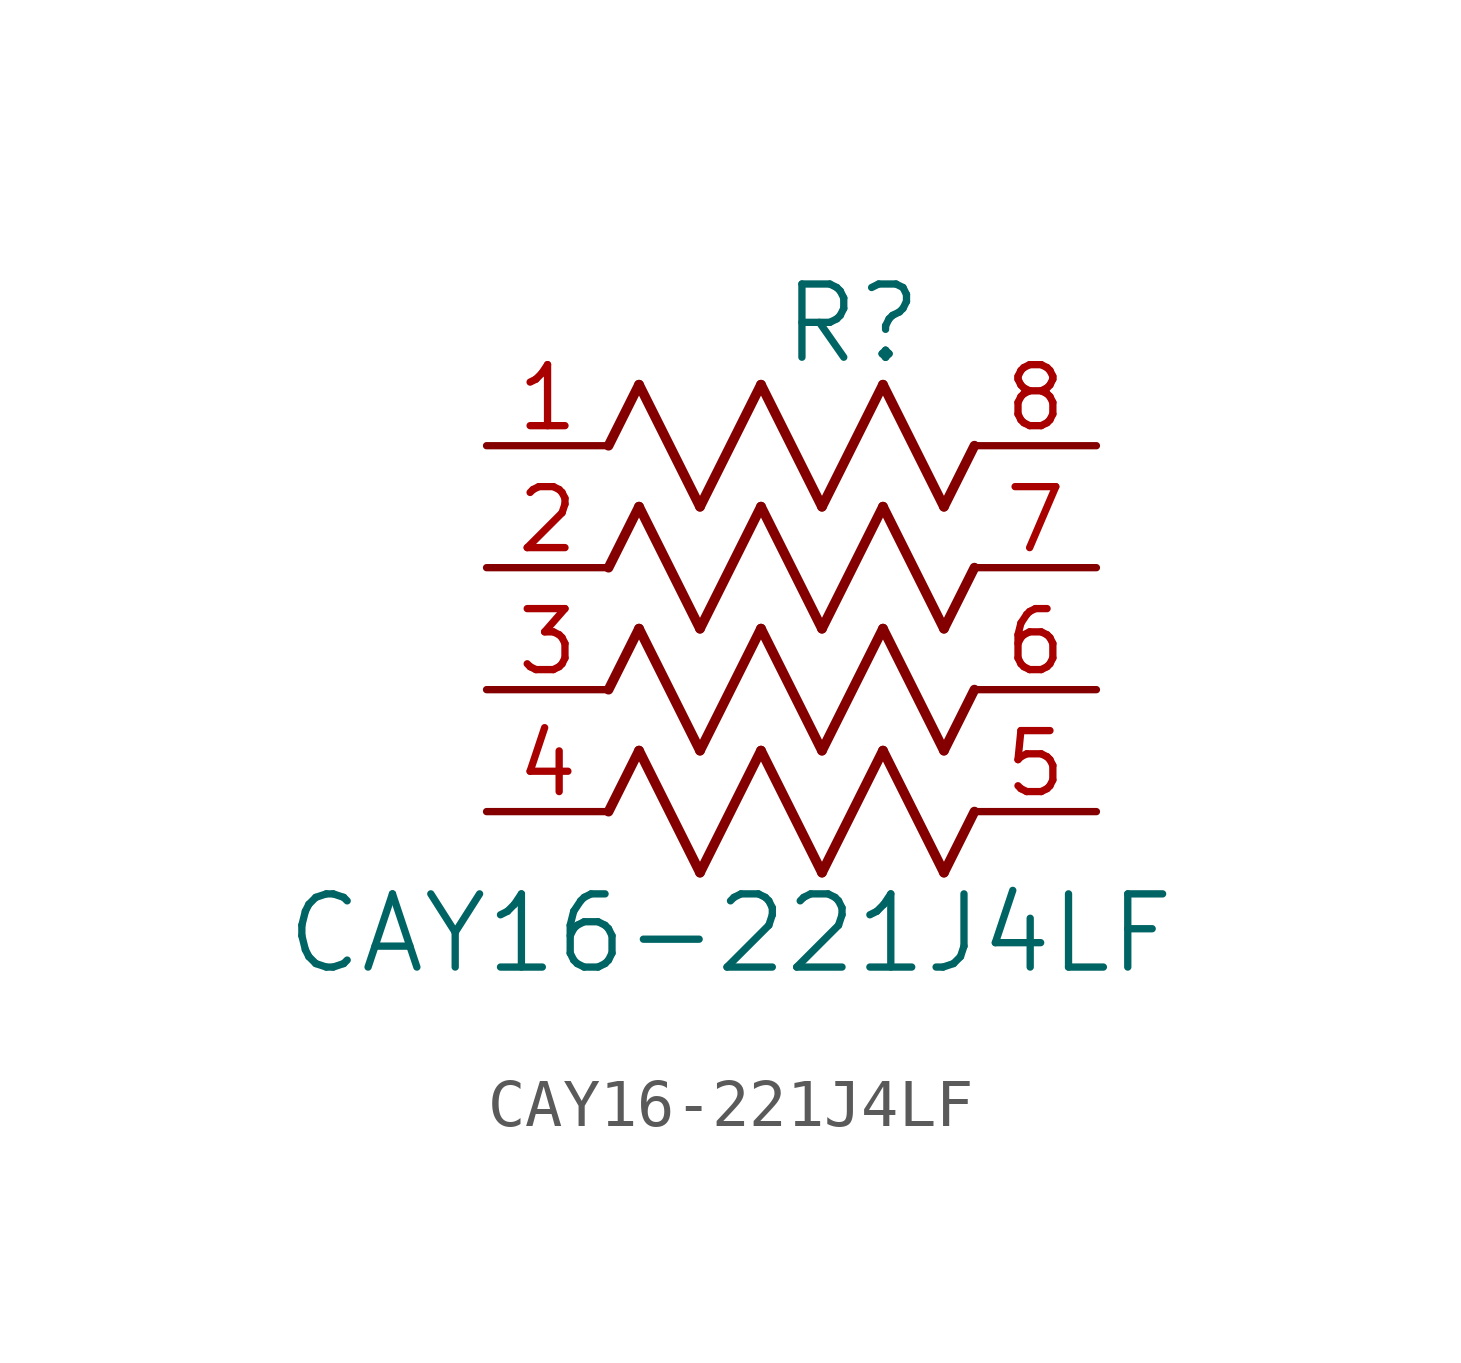
<source format=kicad_sym>
(kicad_symbol_lib
  (version 20211014)
  (generator kicad_symbol_editor)
  (symbol "CAY16-221J4LF"
    (pin_names
      (offset 0.254))
    (property "Reference" "R"
      (at 7.62 2.54 0)
      (effects (font (size 1.524 1.524))))
    (property "Value" "CAY16-221J4LF"
      (at 5.08 -10.16 0)
      (effects (font (size 1.524 1.524))))
    (symbol "CAY16-221J4LF_0_1"
      (polyline (pts (xy 3.175 1.27) (xy 4.445 -1.27)) (stroke (width 0.203) (type default) (color 0 0 0 0)) (fill (type none)))
      (polyline (pts (xy 4.445 -1.27) (xy 5.715 1.27)) (stroke (width 0.203) (type default) (color 0 0 0 0)) (fill (type none)))
      (polyline (pts (xy 5.715 1.27) (xy 6.985 -1.27)) (stroke (width 0.203) (type default) (color 0 0 0 0)) (fill (type none)))
      (polyline (pts (xy 6.985 -1.27) (xy 8.255 1.27)) (stroke (width 0.203) (type default) (color 0 0 0 0)) (fill (type none)))
      (polyline (pts (xy 8.255 1.27) (xy 9.525 -1.27)) (stroke (width 0.203) (type default) (color 0 0 0 0)) (fill (type none)))
      (polyline (pts (xy 2.54 0) (xy 3.175 1.27)) (stroke (width 0.203) (type default) (color 0 0 0 0)) (fill (type none)))
      (polyline (pts (xy 9.525 -1.27) (xy 10.16 0)) (stroke (width 0.203) (type default) (color 0 0 0 0)) (fill (type none)))
      (polyline (pts (xy 3.175 -1.27) (xy 4.445 -3.81)) (stroke (width 0.203) (type default) (color 0 0 0 0)) (fill (type none)))
      (polyline (pts (xy 4.445 -3.81) (xy 5.715 -1.27)) (stroke (width 0.203) (type default) (color 0 0 0 0)) (fill (type none)))
      (polyline (pts (xy 5.715 -1.27) (xy 6.985 -3.81)) (stroke (width 0.203) (type default) (color 0 0 0 0)) (fill (type none)))
      (polyline (pts (xy 6.985 -3.81) (xy 8.255 -1.27)) (stroke (width 0.203) (type default) (color 0 0 0 0)) (fill (type none)))
      (polyline (pts (xy 8.255 -1.27) (xy 9.525 -3.81)) (stroke (width 0.203) (type default) (color 0 0 0 0)) (fill (type none)))
      (polyline (pts (xy 2.54 -2.54) (xy 3.175 -1.27)) (stroke (width 0.203) (type default) (color 0 0 0 0)) (fill (type none)))
      (polyline (pts (xy 9.525 -3.81) (xy 10.16 -2.54)) (stroke (width 0.203) (type default) (color 0 0 0 0)) (fill (type none)))
      (polyline (pts (xy 3.175 -3.81) (xy 4.445 -6.35)) (stroke (width 0.203) (type default) (color 0 0 0 0)) (fill (type none)))
      (polyline (pts (xy 4.445 -6.35) (xy 5.715 -3.81)) (stroke (width 0.203) (type default) (color 0 0 0 0)) (fill (type none)))
      (polyline (pts (xy 5.715 -3.81) (xy 6.985 -6.35)) (stroke (width 0.203) (type default) (color 0 0 0 0)) (fill (type none)))
      (polyline (pts (xy 6.985 -6.35) (xy 8.255 -3.81)) (stroke (width 0.203) (type default) (color 0 0 0 0)) (fill (type none)))
      (polyline (pts (xy 8.255 -3.81) (xy 9.525 -6.35)) (stroke (width 0.203) (type default) (color 0 0 0 0)) (fill (type none)))
      (polyline (pts (xy 2.54 -5.08) (xy 3.175 -3.81)) (stroke (width 0.203) (type default) (color 0 0 0 0)) (fill (type none)))
      (polyline (pts (xy 9.525 -6.35) (xy 10.16 -5.08)) (stroke (width 0.203) (type default) (color 0 0 0 0)) (fill (type none)))
      (polyline (pts (xy 3.175 -6.35) (xy 4.445 -8.89)) (stroke (width 0.203) (type default) (color 0 0 0 0)) (fill (type none)))
      (polyline (pts (xy 4.445 -8.89) (xy 5.715 -6.35)) (stroke (width 0.203) (type default) (color 0 0 0 0)) (fill (type none)))
      (polyline (pts (xy 5.715 -6.35) (xy 6.985 -8.89)) (stroke (width 0.203) (type default) (color 0 0 0 0)) (fill (type none)))
      (polyline (pts (xy 6.985 -8.89) (xy 8.255 -6.35)) (stroke (width 0.203) (type default) (color 0 0 0 0)) (fill (type none)))
      (polyline (pts (xy 8.255 -6.35) (xy 9.525 -8.89)) (stroke (width 0.203) (type default) (color 0 0 0 0)) (fill (type none)))
      (polyline (pts (xy 2.54 -7.62) (xy 3.175 -6.35)) (stroke (width 0.203) (type default) (color 0 0 0 0)) (fill (type none)))
      (polyline (pts (xy 9.525 -8.89) (xy 10.16 -7.62)) (stroke (width 0.203) (type default) (color 0 0 0 0)) (fill (type none)))
      (pin unspecified line (at 0 0 0) (length 2.54) (name "" (effects (font (size 1.27 1.27)))) (number "1" (effects (font (size 1.27 1.27)))))
      (pin unspecified line (at 12.7 0 180) (length 2.54) (name "" (effects (font (size 1.27 1.27)))) (number "8" (effects (font (size 1.27 1.27)))))
      (pin unspecified line (at 0 -2.54 0) (length 2.54) (name "" (effects (font (size 1.27 1.27)))) (number "2" (effects (font (size 1.27 1.27)))))
      (pin unspecified line (at 12.7 -2.54 180) (length 2.54) (name "" (effects (font (size 1.27 1.27)))) (number "7" (effects (font (size 1.27 1.27)))))
      (pin unspecified line (at 0 -5.08 0) (length 2.54) (name "" (effects (font (size 1.27 1.27)))) (number "3" (effects (font (size 1.27 1.27)))))
      (pin unspecified line (at 12.7 -5.08 180) (length 2.54) (name "" (effects (font (size 1.27 1.27)))) (number "6" (effects (font (size 1.27 1.27)))))
      (pin unspecified line (at 0 -7.62 0) (length 2.54) (name "" (effects (font (size 1.27 1.27)))) (number "4" (effects (font (size 1.27 1.27)))))
      (pin unspecified line (at 12.7 -7.62 180) (length 2.54) (name "" (effects (font (size 1.27 1.27)))) (number "5" (effects (font (size 1.27 1.27))))))))
</source>
